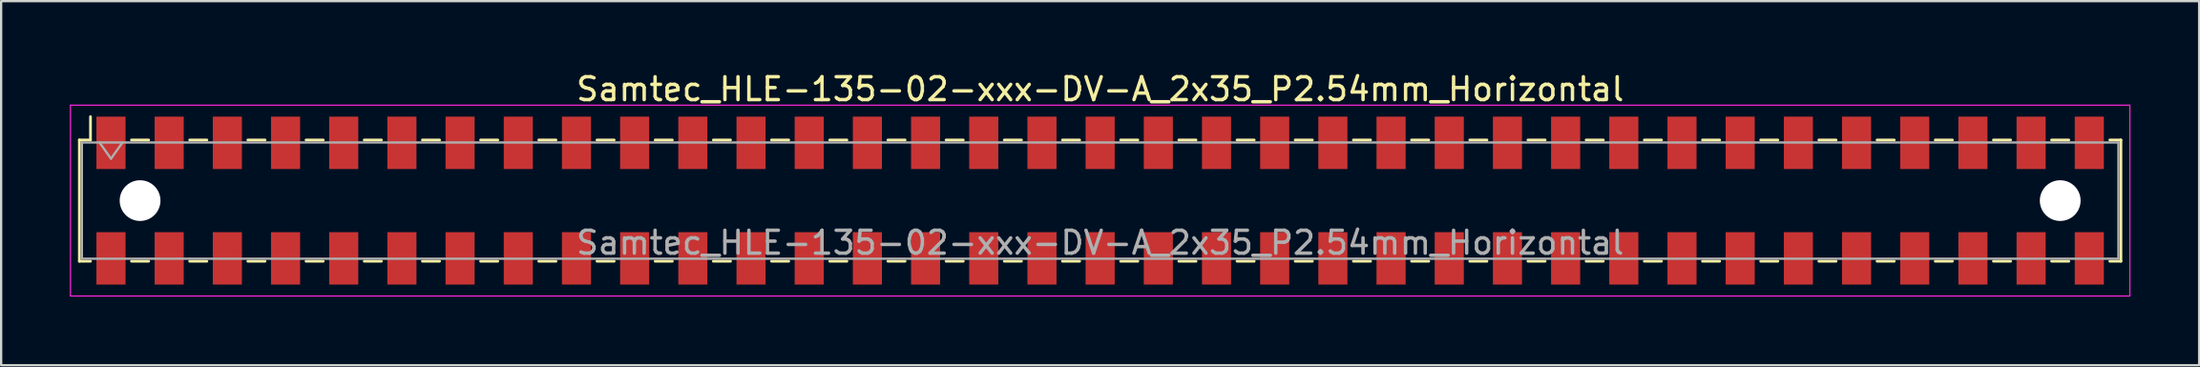
<source format=kicad_pcb>
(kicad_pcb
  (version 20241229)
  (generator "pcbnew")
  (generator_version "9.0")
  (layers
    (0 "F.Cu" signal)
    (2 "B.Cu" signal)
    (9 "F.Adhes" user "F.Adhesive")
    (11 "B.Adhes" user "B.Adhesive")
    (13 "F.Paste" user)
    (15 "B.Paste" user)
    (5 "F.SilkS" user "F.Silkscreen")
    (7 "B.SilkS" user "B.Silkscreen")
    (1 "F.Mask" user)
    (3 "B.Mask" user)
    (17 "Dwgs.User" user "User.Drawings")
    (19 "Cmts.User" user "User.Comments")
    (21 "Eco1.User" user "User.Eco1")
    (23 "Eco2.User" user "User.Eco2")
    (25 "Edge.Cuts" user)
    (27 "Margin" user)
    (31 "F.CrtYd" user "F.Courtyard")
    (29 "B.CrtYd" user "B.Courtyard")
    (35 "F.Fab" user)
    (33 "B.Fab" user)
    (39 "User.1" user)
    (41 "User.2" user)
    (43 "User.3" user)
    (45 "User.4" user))
  (footprint "Samtec_HLE-135-02-xxx-DV-A_2x35_P2.54mm_Horizontal"
    (layer "F.Cu")
    (at 44.975 5.718)
    (property "Reference" "Samtec_HLE-135-02-xxx-DV-A_2x35_P2.54mm_Horizontal" (at 0 -4.87 0) (layer "F.SilkS") (effects (font (size 1 1) (thickness 0.15))))
    (attr smd)
    (fp_line (start -44.56 -2.65) (end -44.56 2.65) (stroke (width 0.12) (type solid)) (layer "F.SilkS"))
    (fp_line (start -44.56 2.65) (end -44.075 2.65) (stroke (width 0.12) (type solid)) (layer "F.SilkS"))
    (fp_line (start -44.075 -3.67) (end -44.075 -2.65) (stroke (width 0.12) (type solid)) (layer "F.SilkS"))
    (fp_line (start -44.075 -2.65) (end -44.56 -2.65) (stroke (width 0.12) (type solid)) (layer "F.SilkS"))
    (fp_line (start -42.285 -2.65) (end -41.535 -2.65) (stroke (width 0.12) (type solid)) (layer "F.SilkS"))
    (fp_line (start -42.285 2.65) (end -41.535 2.65) (stroke (width 0.12) (type solid)) (layer "F.SilkS"))
    (fp_line (start -39.745 -2.65) (end -38.995 -2.65) (stroke (width 0.12) (type solid)) (layer "F.SilkS"))
    (fp_line (start -39.745 2.65) (end -38.995 2.65) (stroke (width 0.12) (type solid)) (layer "F.SilkS"))
    (fp_line (start -37.205 -2.65) (end -36.455 -2.65) (stroke (width 0.12) (type solid)) (layer "F.SilkS"))
    (fp_line (start -37.205 2.65) (end -36.455 2.65) (stroke (width 0.12) (type solid)) (layer "F.SilkS"))
    (fp_line (start -34.665 -2.65) (end -33.915 -2.65) (stroke (width 0.12) (type solid)) (layer "F.SilkS"))
    (fp_line (start -34.665 2.65) (end -33.915 2.65) (stroke (width 0.12) (type solid)) (layer "F.SilkS"))
    (fp_line (start -32.125 -2.65) (end -31.375 -2.65) (stroke (width 0.12) (type solid)) (layer "F.SilkS"))
    (fp_line (start -32.125 2.65) (end -31.375 2.65) (stroke (width 0.12) (type solid)) (layer "F.SilkS"))
    (fp_line (start -29.585 -2.65) (end -28.835 -2.65) (stroke (width 0.12) (type solid)) (layer "F.SilkS"))
    (fp_line (start -29.585 2.65) (end -28.835 2.65) (stroke (width 0.12) (type solid)) (layer "F.SilkS"))
    (fp_line (start -27.045 -2.65) (end -26.295 -2.65) (stroke (width 0.12) (type solid)) (layer "F.SilkS"))
    (fp_line (start -27.045 2.65) (end -26.295 2.65) (stroke (width 0.12) (type solid)) (layer "F.SilkS"))
    (fp_line (start -24.505 -2.65) (end -23.755 -2.65) (stroke (width 0.12) (type solid)) (layer "F.SilkS"))
    (fp_line (start -24.505 2.65) (end -23.755 2.65) (stroke (width 0.12) (type solid)) (layer "F.SilkS"))
    (fp_line (start -21.965 -2.65) (end -21.215 -2.65) (stroke (width 0.12) (type solid)) (layer "F.SilkS"))
    (fp_line (start -21.965 2.65) (end -21.215 2.65) (stroke (width 0.12) (type solid)) (layer "F.SilkS"))
    (fp_line (start -19.425 -2.65) (end -18.675 -2.65) (stroke (width 0.12) (type solid)) (layer "F.SilkS"))
    (fp_line (start -19.425 2.65) (end -18.675 2.65) (stroke (width 0.12) (type solid)) (layer "F.SilkS"))
    (fp_line (start -16.885 -2.65) (end -16.135 -2.65) (stroke (width 0.12) (type solid)) (layer "F.SilkS"))
    (fp_line (start -16.885 2.65) (end -16.135 2.65) (stroke (width 0.12) (type solid)) (layer "F.SilkS"))
    (fp_line (start -14.345 -2.65) (end -13.595 -2.65) (stroke (width 0.12) (type solid)) (layer "F.SilkS"))
    (fp_line (start -14.345 2.65) (end -13.595 2.65) (stroke (width 0.12) (type solid)) (layer "F.SilkS"))
    (fp_line (start -11.805 -2.65) (end -11.055 -2.65) (stroke (width 0.12) (type solid)) (layer "F.SilkS"))
    (fp_line (start -11.805 2.65) (end -11.055 2.65) (stroke (width 0.12) (type solid)) (layer "F.SilkS"))
    (fp_line (start -9.265 -2.65) (end -8.515 -2.65) (stroke (width 0.12) (type solid)) (layer "F.SilkS"))
    (fp_line (start -9.265 2.65) (end -8.515 2.65) (stroke (width 0.12) (type solid)) (layer "F.SilkS"))
    (fp_line (start -6.725 -2.65) (end -5.975 -2.65) (stroke (width 0.12) (type solid)) (layer "F.SilkS"))
    (fp_line (start -6.725 2.65) (end -5.975 2.65) (stroke (width 0.12) (type solid)) (layer "F.SilkS"))
    (fp_line (start -4.185 -2.65) (end -3.435 -2.65) (stroke (width 0.12) (type solid)) (layer "F.SilkS"))
    (fp_line (start -4.185 2.65) (end -3.435 2.65) (stroke (width 0.12) (type solid)) (layer "F.SilkS"))
    (fp_line (start -1.645 -2.65) (end -0.895 -2.65) (stroke (width 0.12) (type solid)) (layer "F.SilkS"))
    (fp_line (start -1.645 2.65) (end -0.895 2.65) (stroke (width 0.12) (type solid)) (layer "F.SilkS"))
    (fp_line (start 0.895 -2.65) (end 1.645 -2.65) (stroke (width 0.12) (type solid)) (layer "F.SilkS"))
    (fp_line (start 0.895 2.65) (end 1.645 2.65) (stroke (width 0.12) (type solid)) (layer "F.SilkS"))
    (fp_line (start 3.435 -2.65) (end 4.185 -2.65) (stroke (width 0.12) (type solid)) (layer "F.SilkS"))
    (fp_line (start 3.435 2.65) (end 4.185 2.65) (stroke (width 0.12) (type solid)) (layer "F.SilkS"))
    (fp_line (start 5.975 -2.65) (end 6.725 -2.65) (stroke (width 0.12) (type solid)) (layer "F.SilkS"))
    (fp_line (start 5.975 2.65) (end 6.725 2.65) (stroke (width 0.12) (type solid)) (layer "F.SilkS"))
    (fp_line (start 8.515 -2.65) (end 9.265 -2.65) (stroke (width 0.12) (type solid)) (layer "F.SilkS"))
    (fp_line (start 8.515 2.65) (end 9.265 2.65) (stroke (width 0.12) (type solid)) (layer "F.SilkS"))
    (fp_line (start 11.055 -2.65) (end 11.805 -2.65) (stroke (width 0.12) (type solid)) (layer "F.SilkS"))
    (fp_line (start 11.055 2.65) (end 11.805 2.65) (stroke (width 0.12) (type solid)) (layer "F.SilkS"))
    (fp_line (start 13.595 -2.65) (end 14.345 -2.65) (stroke (width 0.12) (type solid)) (layer "F.SilkS"))
    (fp_line (start 13.595 2.65) (end 14.345 2.65) (stroke (width 0.12) (type solid)) (layer "F.SilkS"))
    (fp_line (start 16.135 -2.65) (end 16.885 -2.65) (stroke (width 0.12) (type solid)) (layer "F.SilkS"))
    (fp_line (start 16.135 2.65) (end 16.885 2.65) (stroke (width 0.12) (type solid)) (layer "F.SilkS"))
    (fp_line (start 18.675 -2.65) (end 19.425 -2.65) (stroke (width 0.12) (type solid)) (layer "F.SilkS"))
    (fp_line (start 18.675 2.65) (end 19.425 2.65) (stroke (width 0.12) (type solid)) (layer "F.SilkS"))
    (fp_line (start 21.215 -2.65) (end 21.965 -2.65) (stroke (width 0.12) (type solid)) (layer "F.SilkS"))
    (fp_line (start 21.215 2.65) (end 21.965 2.65) (stroke (width 0.12) (type solid)) (layer "F.SilkS"))
    (fp_line (start 23.755 -2.65) (end 24.505 -2.65) (stroke (width 0.12) (type solid)) (layer "F.SilkS"))
    (fp_line (start 23.755 2.65) (end 24.505 2.65) (stroke (width 0.12) (type solid)) (layer "F.SilkS"))
    (fp_line (start 26.295 -2.65) (end 27.045 -2.65) (stroke (width 0.12) (type solid)) (layer "F.SilkS"))
    (fp_line (start 26.295 2.65) (end 27.045 2.65) (stroke (width 0.12) (type solid)) (layer "F.SilkS"))
    (fp_line (start 28.835 -2.65) (end 29.585 -2.65) (stroke (width 0.12) (type solid)) (layer "F.SilkS"))
    (fp_line (start 28.835 2.65) (end 29.585 2.65) (stroke (width 0.12) (type solid)) (layer "F.SilkS"))
    (fp_line (start 31.375 -2.65) (end 32.125 -2.65) (stroke (width 0.12) (type solid)) (layer "F.SilkS"))
    (fp_line (start 31.375 2.65) (end 32.125 2.65) (stroke (width 0.12) (type solid)) (layer "F.SilkS"))
    (fp_line (start 33.915 -2.65) (end 34.665 -2.65) (stroke (width 0.12) (type solid)) (layer "F.SilkS"))
    (fp_line (start 33.915 2.65) (end 34.665 2.65) (stroke (width 0.12) (type solid)) (layer "F.SilkS"))
    (fp_line (start 36.455 -2.65) (end 37.205 -2.65) (stroke (width 0.12) (type solid)) (layer "F.SilkS"))
    (fp_line (start 36.455 2.65) (end 37.205 2.65) (stroke (width 0.12) (type solid)) (layer "F.SilkS"))
    (fp_line (start 38.995 -2.65) (end 39.745 -2.65) (stroke (width 0.12) (type solid)) (layer "F.SilkS"))
    (fp_line (start 38.995 2.65) (end 39.745 2.65) (stroke (width 0.12) (type solid)) (layer "F.SilkS"))
    (fp_line (start 41.535 -2.65) (end 42.285 -2.65) (stroke (width 0.12) (type solid)) (layer "F.SilkS"))
    (fp_line (start 41.535 2.65) (end 42.285 2.65) (stroke (width 0.12) (type solid)) (layer "F.SilkS"))
    (fp_line (start 44.075 -2.65) (end 44.56 -2.65) (stroke (width 0.12) (type solid)) (layer "F.SilkS"))
    (fp_line (start 44.56 -2.65) (end 44.56 2.65) (stroke (width 0.12) (type solid)) (layer "F.SilkS"))
    (fp_line (start 44.56 2.65) (end 44.075 2.65) (stroke (width 0.12) (type solid)) (layer "F.SilkS"))
    (fp_line (start -44.95 -4.17) (end 44.95 -4.17) (stroke (width 0.05) (type solid)) (layer "F.CrtYd"))
    (fp_line (start -44.95 4.17) (end -44.95 -4.17) (stroke (width 0.05) (type solid)) (layer "F.CrtYd"))
    (fp_line (start 44.95 -4.17) (end 44.95 4.17) (stroke (width 0.05) (type solid)) (layer "F.CrtYd"))
    (fp_line (start 44.95 4.17) (end -44.95 4.17) (stroke (width 0.05) (type solid)) (layer "F.CrtYd"))
    (fp_line (start -44.45 -2.54) (end 44.45 -2.54) (stroke (width 0.1) (type solid)) (layer "F.Fab"))
    (fp_line (start -44.45 2.54) (end -44.45 -2.54) (stroke (width 0.1) (type solid)) (layer "F.Fab"))
    (fp_line (start -43.68 -2.54) (end -43.18 -1.833) (stroke (width 0.1) (type solid)) (layer "F.Fab"))
    (fp_line (start -43.18 -1.833) (end -42.68 -2.54) (stroke (width 0.1) (type solid)) (layer "F.Fab"))
    (fp_line (start 44.45 -2.54) (end 44.45 2.54) (stroke (width 0.1) (type solid)) (layer "F.Fab"))
    (fp_line (start 44.45 2.54) (end -44.45 2.54) (stroke (width 0.1) (type solid)) (layer "F.Fab"))
    (fp_text user "${REFERENCE}" (at 0 1.84 0) (layer "F.Fab") (effects (font (size 1 1) (thickness 0.15))))
    (pad "" np_thru_hole circle (at -41.91 0) (size 1.78 1.78) (drill 1.78) (layers "*.Cu" "*.Mask"))
    (pad "" np_thru_hole circle (at 41.91 0) (size 1.78 1.78) (drill 1.78) (layers "*.Cu" "*.Mask"))
    (pad "1" smd rect (at -43.18 -2.525) (size 1.27 2.29) (layers "F.Cu" "F.Mask" "F.Paste"))
    (pad "2" smd rect (at -43.18 2.525) (size 1.27 2.29) (layers "F.Cu" "F.Mask" "F.Paste"))
    (pad "3" smd rect (at -40.64 -2.525) (size 1.27 2.29) (layers "F.Cu" "F.Mask" "F.Paste"))
    (pad "4" smd rect (at -40.64 2.525) (size 1.27 2.29) (layers "F.Cu" "F.Mask" "F.Paste"))
    (pad "5" smd rect (at -38.1 -2.525) (size 1.27 2.29) (layers "F.Cu" "F.Mask" "F.Paste"))
    (pad "6" smd rect (at -38.1 2.525) (size 1.27 2.29) (layers "F.Cu" "F.Mask" "F.Paste"))
    (pad "7" smd rect (at -35.56 -2.525) (size 1.27 2.29) (layers "F.Cu" "F.Mask" "F.Paste"))
    (pad "8" smd rect (at -35.56 2.525) (size 1.27 2.29) (layers "F.Cu" "F.Mask" "F.Paste"))
    (pad "9" smd rect (at -33.02 -2.525) (size 1.27 2.29) (layers "F.Cu" "F.Mask" "F.Paste"))
    (pad "10" smd rect (at -33.02 2.525) (size 1.27 2.29) (layers "F.Cu" "F.Mask" "F.Paste"))
    (pad "11" smd rect (at -30.48 -2.525) (size 1.27 2.29) (layers "F.Cu" "F.Mask" "F.Paste"))
    (pad "12" smd rect (at -30.48 2.525) (size 1.27 2.29) (layers "F.Cu" "F.Mask" "F.Paste"))
    (pad "13" smd rect (at -27.94 -2.525) (size 1.27 2.29) (layers "F.Cu" "F.Mask" "F.Paste"))
    (pad "14" smd rect (at -27.94 2.525) (size 1.27 2.29) (layers "F.Cu" "F.Mask" "F.Paste"))
    (pad "15" smd rect (at -25.4 -2.525) (size 1.27 2.29) (layers "F.Cu" "F.Mask" "F.Paste"))
    (pad "16" smd rect (at -25.4 2.525) (size 1.27 2.29) (layers "F.Cu" "F.Mask" "F.Paste"))
    (pad "17" smd rect (at -22.86 -2.525) (size 1.27 2.29) (layers "F.Cu" "F.Mask" "F.Paste"))
    (pad "18" smd rect (at -22.86 2.525) (size 1.27 2.29) (layers "F.Cu" "F.Mask" "F.Paste"))
    (pad "19" smd rect (at -20.32 -2.525) (size 1.27 2.29) (layers "F.Cu" "F.Mask" "F.Paste"))
    (pad "20" smd rect (at -20.32 2.525) (size 1.27 2.29) (layers "F.Cu" "F.Mask" "F.Paste"))
    (pad "21" smd rect (at -17.78 -2.525) (size 1.27 2.29) (layers "F.Cu" "F.Mask" "F.Paste"))
    (pad "22" smd rect (at -17.78 2.525) (size 1.27 2.29) (layers "F.Cu" "F.Mask" "F.Paste"))
    (pad "23" smd rect (at -15.24 -2.525) (size 1.27 2.29) (layers "F.Cu" "F.Mask" "F.Paste"))
    (pad "24" smd rect (at -15.24 2.525) (size 1.27 2.29) (layers "F.Cu" "F.Mask" "F.Paste"))
    (pad "25" smd rect (at -12.7 -2.525) (size 1.27 2.29) (layers "F.Cu" "F.Mask" "F.Paste"))
    (pad "26" smd rect (at -12.7 2.525) (size 1.27 2.29) (layers "F.Cu" "F.Mask" "F.Paste"))
    (pad "27" smd rect (at -10.16 -2.525) (size 1.27 2.29) (layers "F.Cu" "F.Mask" "F.Paste"))
    (pad "28" smd rect (at -10.16 2.525) (size 1.27 2.29) (layers "F.Cu" "F.Mask" "F.Paste"))
    (pad "29" smd rect (at -7.62 -2.525) (size 1.27 2.29) (layers "F.Cu" "F.Mask" "F.Paste"))
    (pad "30" smd rect (at -7.62 2.525) (size 1.27 2.29) (layers "F.Cu" "F.Mask" "F.Paste"))
    (pad "31" smd rect (at -5.08 -2.525) (size 1.27 2.29) (layers "F.Cu" "F.Mask" "F.Paste"))
    (pad "32" smd rect (at -5.08 2.525) (size 1.27 2.29) (layers "F.Cu" "F.Mask" "F.Paste"))
    (pad "33" smd rect (at -2.54 -2.525) (size 1.27 2.29) (layers "F.Cu" "F.Mask" "F.Paste"))
    (pad "34" smd rect (at -2.54 2.525) (size 1.27 2.29) (layers "F.Cu" "F.Mask" "F.Paste"))
    (pad "35" smd rect (at 0 -2.525) (size 1.27 2.29) (layers "F.Cu" "F.Mask" "F.Paste"))
    (pad "36" smd rect (at 0 2.525) (size 1.27 2.29) (layers "F.Cu" "F.Mask" "F.Paste"))
    (pad "37" smd rect (at 2.54 -2.525) (size 1.27 2.29) (layers "F.Cu" "F.Mask" "F.Paste"))
    (pad "38" smd rect (at 2.54 2.525) (size 1.27 2.29) (layers "F.Cu" "F.Mask" "F.Paste"))
    (pad "39" smd rect (at 5.08 -2.525) (size 1.27 2.29) (layers "F.Cu" "F.Mask" "F.Paste"))
    (pad "40" smd rect (at 5.08 2.525) (size 1.27 2.29) (layers "F.Cu" "F.Mask" "F.Paste"))
    (pad "41" smd rect (at 7.62 -2.525) (size 1.27 2.29) (layers "F.Cu" "F.Mask" "F.Paste"))
    (pad "42" smd rect (at 7.62 2.525) (size 1.27 2.29) (layers "F.Cu" "F.Mask" "F.Paste"))
    (pad "43" smd rect (at 10.16 -2.525) (size 1.27 2.29) (layers "F.Cu" "F.Mask" "F.Paste"))
    (pad "44" smd rect (at 10.16 2.525) (size 1.27 2.29) (layers "F.Cu" "F.Mask" "F.Paste"))
    (pad "45" smd rect (at 12.7 -2.525) (size 1.27 2.29) (layers "F.Cu" "F.Mask" "F.Paste"))
    (pad "46" smd rect (at 12.7 2.525) (size 1.27 2.29) (layers "F.Cu" "F.Mask" "F.Paste"))
    (pad "47" smd rect (at 15.24 -2.525) (size 1.27 2.29) (layers "F.Cu" "F.Mask" "F.Paste"))
    (pad "48" smd rect (at 15.24 2.525) (size 1.27 2.29) (layers "F.Cu" "F.Mask" "F.Paste"))
    (pad "49" smd rect (at 17.78 -2.525) (size 1.27 2.29) (layers "F.Cu" "F.Mask" "F.Paste"))
    (pad "50" smd rect (at 17.78 2.525) (size 1.27 2.29) (layers "F.Cu" "F.Mask" "F.Paste"))
    (pad "51" smd rect (at 20.32 -2.525) (size 1.27 2.29) (layers "F.Cu" "F.Mask" "F.Paste"))
    (pad "52" smd rect (at 20.32 2.525) (size 1.27 2.29) (layers "F.Cu" "F.Mask" "F.Paste"))
    (pad "53" smd rect (at 22.86 -2.525) (size 1.27 2.29) (layers "F.Cu" "F.Mask" "F.Paste"))
    (pad "54" smd rect (at 22.86 2.525) (size 1.27 2.29) (layers "F.Cu" "F.Mask" "F.Paste"))
    (pad "55" smd rect (at 25.4 -2.525) (size 1.27 2.29) (layers "F.Cu" "F.Mask" "F.Paste"))
    (pad "56" smd rect (at 25.4 2.525) (size 1.27 2.29) (layers "F.Cu" "F.Mask" "F.Paste"))
    (pad "57" smd rect (at 27.94 -2.525) (size 1.27 2.29) (layers "F.Cu" "F.Mask" "F.Paste"))
    (pad "58" smd rect (at 27.94 2.525) (size 1.27 2.29) (layers "F.Cu" "F.Mask" "F.Paste"))
    (pad "59" smd rect (at 30.48 -2.525) (size 1.27 2.29) (layers "F.Cu" "F.Mask" "F.Paste"))
    (pad "60" smd rect (at 30.48 2.525) (size 1.27 2.29) (layers "F.Cu" "F.Mask" "F.Paste"))
    (pad "61" smd rect (at 33.02 -2.525) (size 1.27 2.29) (layers "F.Cu" "F.Mask" "F.Paste"))
    (pad "62" smd rect (at 33.02 2.525) (size 1.27 2.29) (layers "F.Cu" "F.Mask" "F.Paste"))
    (pad "63" smd rect (at 35.56 -2.525) (size 1.27 2.29) (layers "F.Cu" "F.Mask" "F.Paste"))
    (pad "64" smd rect (at 35.56 2.525) (size 1.27 2.29) (layers "F.Cu" "F.Mask" "F.Paste"))
    (pad "65" smd rect (at 38.1 -2.525) (size 1.27 2.29) (layers "F.Cu" "F.Mask" "F.Paste"))
    (pad "66" smd rect (at 38.1 2.525) (size 1.27 2.29) (layers "F.Cu" "F.Mask" "F.Paste"))
    (pad "67" smd rect (at 40.64 -2.525) (size 1.27 2.29) (layers "F.Cu" "F.Mask" "F.Paste"))
    (pad "68" smd rect (at 40.64 2.525) (size 1.27 2.29) (layers "F.Cu" "F.Mask" "F.Paste"))
    (pad "69" smd rect (at 43.18 -2.525) (size 1.27 2.29) (layers "F.Cu" "F.Mask" "F.Paste"))
    (pad "70" smd rect (at 43.18 2.525) (size 1.27 2.29) (layers "F.Cu" "F.Mask" "F.Paste")))
  (gr_rect
    (start -3 -3)
    (end 92.95 12.913)
    (stroke (width 0.1) (type default))
    (fill no)
    (layer "Edge.Cuts")))
</source>
